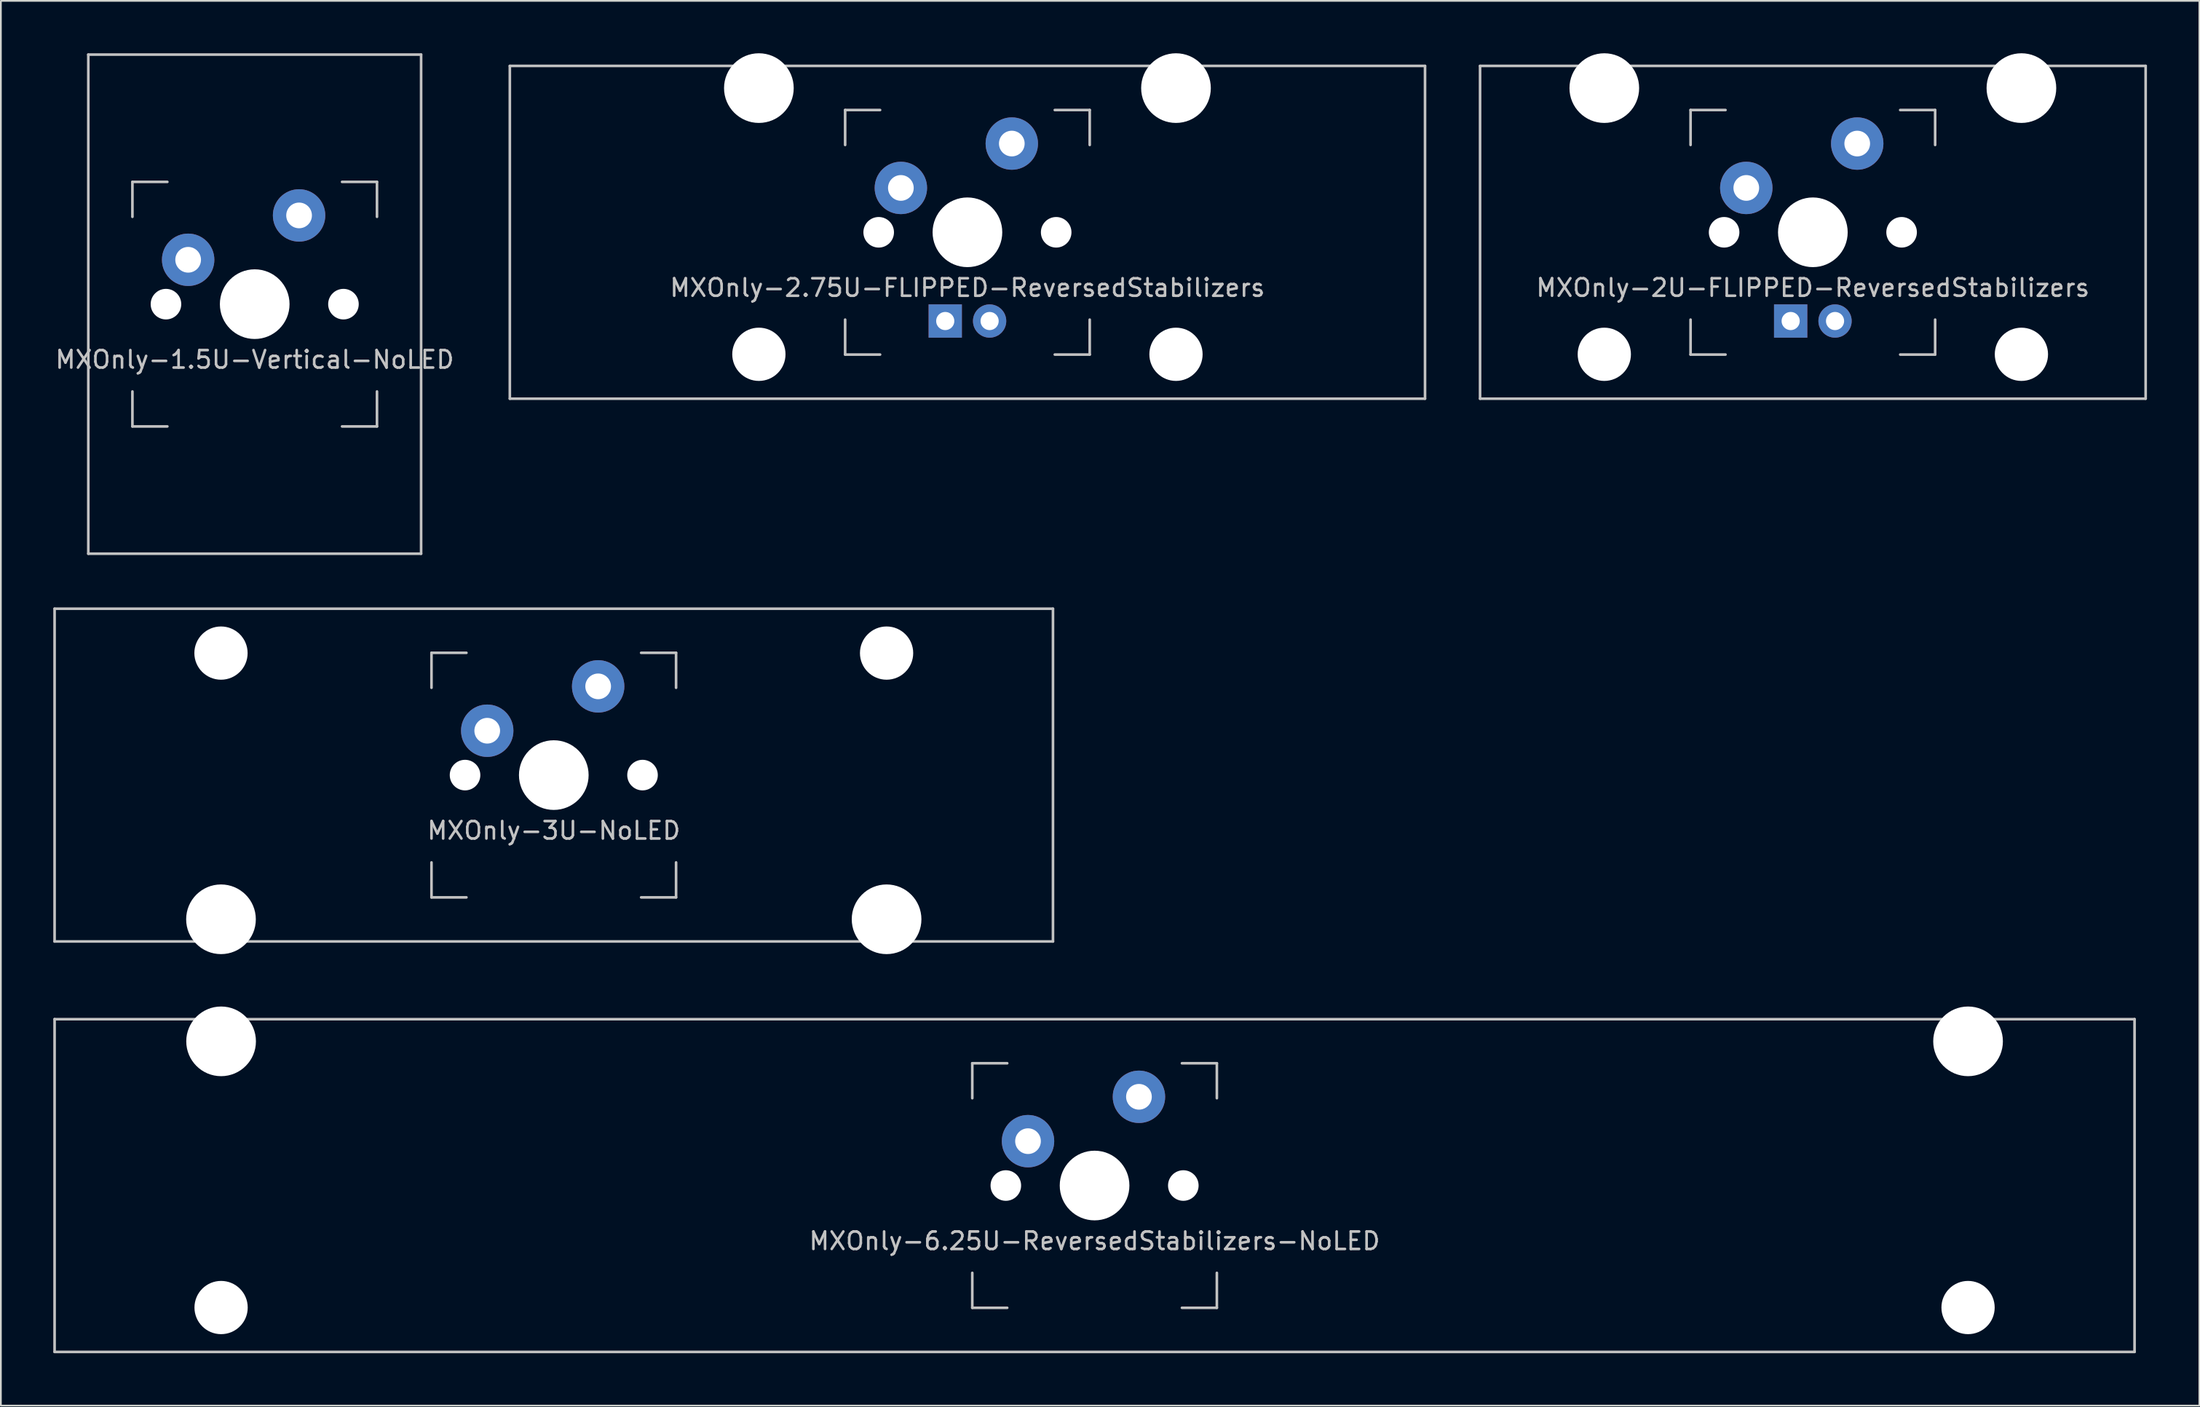
<source format=kicad_pcb>
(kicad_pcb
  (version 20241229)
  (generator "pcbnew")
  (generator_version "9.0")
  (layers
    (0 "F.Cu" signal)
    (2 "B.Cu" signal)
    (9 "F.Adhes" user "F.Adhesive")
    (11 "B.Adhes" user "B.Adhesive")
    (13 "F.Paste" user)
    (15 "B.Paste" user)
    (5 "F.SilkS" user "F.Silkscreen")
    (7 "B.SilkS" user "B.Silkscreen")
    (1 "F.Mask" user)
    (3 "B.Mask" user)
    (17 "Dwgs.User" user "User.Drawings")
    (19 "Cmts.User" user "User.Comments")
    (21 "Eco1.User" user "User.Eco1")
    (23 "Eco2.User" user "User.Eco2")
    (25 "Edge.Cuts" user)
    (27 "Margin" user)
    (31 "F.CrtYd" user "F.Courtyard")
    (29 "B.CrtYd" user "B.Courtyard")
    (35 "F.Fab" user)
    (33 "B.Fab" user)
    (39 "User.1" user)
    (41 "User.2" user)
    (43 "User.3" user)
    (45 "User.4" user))
  (footprint "MXOnly-1.5U-Vertical-NoLED"
    (layer "F.Cu")
    (at 11.53 14.363)
    (property "Reference" "MXOnly-1.5U-Vertical-NoLED" (at 0 3.175 0) (layer "Dwgs.User") (effects (font (size 1 1) (thickness 0.15))))
    (attr through_hole)
    (fp_line (start -9.525 -14.287) (end -9.525 14.287) (stroke (width 0.15) (type solid)) (layer "Dwgs.User"))
    (fp_line (start -7 -7) (end -7 -5) (stroke (width 0.15) (type solid)) (layer "Dwgs.User"))
    (fp_line (start -7 5) (end -7 7) (stroke (width 0.15) (type solid)) (layer "Dwgs.User"))
    (fp_line (start -7 7) (end -5 7) (stroke (width 0.15) (type solid)) (layer "Dwgs.User"))
    (fp_line (start -5 -7) (end -7 -7) (stroke (width 0.15) (type solid)) (layer "Dwgs.User"))
    (fp_line (start 5 -7) (end 7 -7) (stroke (width 0.15) (type solid)) (layer "Dwgs.User"))
    (fp_line (start 5 7) (end 7 7) (stroke (width 0.15) (type solid)) (layer "Dwgs.User"))
    (fp_line (start 7 -7) (end 7 -5) (stroke (width 0.15) (type solid)) (layer "Dwgs.User"))
    (fp_line (start 7 7) (end 7 5) (stroke (width 0.15) (type solid)) (layer "Dwgs.User"))
    (fp_line (start 9.525 -14.287) (end -9.525 -14.287) (stroke (width 0.15) (type solid)) (layer "Dwgs.User"))
    (fp_line (start 9.525 -14.287) (end 9.525 14.287) (stroke (width 0.15) (type solid)) (layer "Dwgs.User"))
    (fp_line (start 9.525 14.287) (end -9.525 14.287) (stroke (width 0.15) (type solid)) (layer "Dwgs.User"))
    (pad "" np_thru_hole circle (at -5.08 0 48.1) (size 1.75 1.75) (drill 1.75) (layers "*.Cu" "*.Mask"))
    (pad "" np_thru_hole circle (at 0 0) (size 3.988 3.988) (drill 3.988) (layers "*.Cu" "*.Mask"))
    (pad "" np_thru_hole circle (at 5.08 0 48.1) (size 1.75 1.75) (drill 1.75) (layers "*.Cu" "*.Mask"))
    (pad "1" thru_hole circle (at -3.81 -2.54) (size 3 3) (drill 1.47) (layers "*.Cu" "*.Mask"))
    (pad "2" thru_hole circle (at 2.54 -5.08) (size 3 3) (drill 1.47) (layers "*.Cu" "*.Mask")))
  (footprint "MXOnly-2.75U-FLIPPED-ReversedStabilizers"
    (layer "F.Cu")
    (at 52.328 10.249)
    (property "Reference" "MXOnly-2.75U-FLIPPED-ReversedStabilizers" (at 0 3.175 0) (layer "Dwgs.User") (effects (font (size 1 1) (thickness 0.15))))
    (attr through_hole)
    (fp_line (start -26.194 -9.525) (end 26.194 -9.525) (stroke (width 0.15) (type solid)) (layer "Dwgs.User"))
    (fp_line (start -26.194 9.525) (end -26.194 -9.525) (stroke (width 0.15) (type solid)) (layer "Dwgs.User"))
    (fp_line (start -26.194 9.525) (end 26.194 9.525) (stroke (width 0.15) (type solid)) (layer "Dwgs.User"))
    (fp_line (start -7 -7) (end -7 -5) (stroke (width 0.15) (type solid)) (layer "Dwgs.User"))
    (fp_line (start -7 5) (end -7 7) (stroke (width 0.15) (type solid)) (layer "Dwgs.User"))
    (fp_line (start -7 7) (end -5 7) (stroke (width 0.15) (type solid)) (layer "Dwgs.User"))
    (fp_line (start -5 -7) (end -7 -7) (stroke (width 0.15) (type solid)) (layer "Dwgs.User"))
    (fp_line (start 5 -7) (end 7 -7) (stroke (width 0.15) (type solid)) (layer "Dwgs.User"))
    (fp_line (start 5 7) (end 7 7) (stroke (width 0.15) (type solid)) (layer "Dwgs.User"))
    (fp_line (start 7 -7) (end 7 -5) (stroke (width 0.15) (type solid)) (layer "Dwgs.User"))
    (fp_line (start 7 7) (end 7 5) (stroke (width 0.15) (type solid)) (layer "Dwgs.User"))
    (fp_line (start 26.194 -9.525) (end 26.194 9.525) (stroke (width 0.15) (type solid)) (layer "Dwgs.User"))
    (pad "" np_thru_hole circle (at -11.938 -8.255) (size 3.988 3.988) (drill 3.988) (layers "*.Cu" "*.Mask"))
    (pad "" np_thru_hole circle (at -11.938 6.985) (size 3.048 3.048) (drill 3.048) (layers "*.Cu" "*.Mask"))
    (pad "" np_thru_hole circle (at -5.08 0 48.1) (size 1.75 1.75) (drill 1.75) (layers "*.Cu" "*.Mask"))
    (pad "" np_thru_hole circle (at 0 0) (size 3.988 3.988) (drill 3.988) (layers "*.Cu" "*.Mask"))
    (pad "" np_thru_hole circle (at 5.08 0 48.1) (size 1.75 1.75) (drill 1.75) (layers "*.Cu" "*.Mask"))
    (pad "" np_thru_hole circle (at 11.938 -8.255) (size 3.988 3.988) (drill 3.988) (layers "*.Cu" "*.Mask"))
    (pad "" np_thru_hole circle (at 11.938 6.985) (size 3.048 3.048) (drill 3.048) (layers "*.Cu" "*.Mask"))
    (pad "1" thru_hole circle (at -3.81 -2.54) (size 3 3) (drill 1.47) (layers "*.Cu" "*.Mask"))
    (pad "2" thru_hole circle (at 2.54 -5.08) (size 3 3) (drill 1.47) (layers "*.Cu" "*.Mask"))
    (pad "3" thru_hole circle (at 1.27 5.08) (size 1.905 1.905) (drill 1.04) (layers "*.Cu" "*.Mask"))
    (pad "4" thru_hole rect (at -1.27 5.08) (size 1.905 1.905) (drill 1.04) (layers "*.Cu" "*.Mask")))
  (footprint "MXOnly-3U-NoLED"
    (layer "F.Cu")
    (at 28.65 41.325)
    (property "Reference" "MXOnly-3U-NoLED" (at 0 3.175 0) (layer "Dwgs.User") (effects (font (size 1 1) (thickness 0.15))))
    (attr through_hole)
    (fp_line (start -28.575 -9.525) (end 28.575 -9.525) (stroke (width 0.15) (type solid)) (layer "Dwgs.User"))
    (fp_line (start -28.575 9.525) (end -28.575 -9.525) (stroke (width 0.15) (type solid)) (layer "Dwgs.User"))
    (fp_line (start -28.575 9.525) (end 28.575 9.525) (stroke (width 0.15) (type solid)) (layer "Dwgs.User"))
    (fp_line (start -7 -7) (end -7 -5) (stroke (width 0.15) (type solid)) (layer "Dwgs.User"))
    (fp_line (start -7 5) (end -7 7) (stroke (width 0.15) (type solid)) (layer "Dwgs.User"))
    (fp_line (start -7 7) (end -5 7) (stroke (width 0.15) (type solid)) (layer "Dwgs.User"))
    (fp_line (start -5 -7) (end -7 -7) (stroke (width 0.15) (type solid)) (layer "Dwgs.User"))
    (fp_line (start 5 -7) (end 7 -7) (stroke (width 0.15) (type solid)) (layer "Dwgs.User"))
    (fp_line (start 5 7) (end 7 7) (stroke (width 0.15) (type solid)) (layer "Dwgs.User"))
    (fp_line (start 7 -7) (end 7 -5) (stroke (width 0.15) (type solid)) (layer "Dwgs.User"))
    (fp_line (start 7 7) (end 7 5) (stroke (width 0.15) (type solid)) (layer "Dwgs.User"))
    (fp_line (start 28.575 -9.525) (end 28.575 9.525) (stroke (width 0.15) (type solid)) (layer "Dwgs.User"))
    (pad "" np_thru_hole circle (at -19.05 -6.985) (size 3.048 3.048) (drill 3.048) (layers "*.Cu" "*.Mask"))
    (pad "" np_thru_hole circle (at -19.05 8.255) (size 3.988 3.988) (drill 3.988) (layers "*.Cu" "*.Mask"))
    (pad "" np_thru_hole circle (at -5.08 0 48.1) (size 1.75 1.75) (drill 1.75) (layers "*.Cu" "*.Mask"))
    (pad "" np_thru_hole circle (at 0 0) (size 3.988 3.988) (drill 3.988) (layers "*.Cu" "*.Mask"))
    (pad "" np_thru_hole circle (at 5.08 0 48.1) (size 1.75 1.75) (drill 1.75) (layers "*.Cu" "*.Mask"))
    (pad "" np_thru_hole circle (at 19.05 -6.985) (size 3.048 3.048) (drill 3.048) (layers "*.Cu" "*.Mask"))
    (pad "" np_thru_hole circle (at 19.05 8.255) (size 3.988 3.988) (drill 3.988) (layers "*.Cu" "*.Mask"))
    (pad "1" thru_hole circle (at -3.81 -2.54 48.1) (size 3 3) (drill 1.47) (layers "*.Cu" "*.Mask"))
    (pad "2" thru_hole circle (at 2.54 -5.08) (size 3 3) (drill 1.47) (layers "*.Cu" "*.Mask")))
  (footprint "MXOnly-6.25U-ReversedStabilizers-NoLED"
    (layer "F.Cu")
    (at 59.606 64.823)
    (property "Reference" "MXOnly-6.25U-ReversedStabilizers-NoLED" (at 0 3.175 0) (layer "Dwgs.User") (effects (font (size 1 1) (thickness 0.15))))
    (attr through_hole)
    (fp_line (start -59.531 -9.525) (end 59.531 -9.525) (stroke (width 0.15) (type solid)) (layer "Dwgs.User"))
    (fp_line (start -59.531 9.525) (end -59.531 -9.525) (stroke (width 0.15) (type solid)) (layer "Dwgs.User"))
    (fp_line (start -59.531 9.525) (end 59.531 9.525) (stroke (width 0.15) (type solid)) (layer "Dwgs.User"))
    (fp_line (start -7 -7) (end -7 -5) (stroke (width 0.15) (type solid)) (layer "Dwgs.User"))
    (fp_line (start -7 5) (end -7 7) (stroke (width 0.15) (type solid)) (layer "Dwgs.User"))
    (fp_line (start -7 7) (end -5 7) (stroke (width 0.15) (type solid)) (layer "Dwgs.User"))
    (fp_line (start -5 -7) (end -7 -7) (stroke (width 0.15) (type solid)) (layer "Dwgs.User"))
    (fp_line (start 5 -7) (end 7 -7) (stroke (width 0.15) (type solid)) (layer "Dwgs.User"))
    (fp_line (start 5 7) (end 7 7) (stroke (width 0.15) (type solid)) (layer "Dwgs.User"))
    (fp_line (start 7 -7) (end 7 -5) (stroke (width 0.15) (type solid)) (layer "Dwgs.User"))
    (fp_line (start 7 7) (end 7 5) (stroke (width 0.15) (type solid)) (layer "Dwgs.User"))
    (fp_line (start 59.531 -9.525) (end 59.531 9.525) (stroke (width 0.15) (type solid)) (layer "Dwgs.User"))
    (pad "" np_thru_hole circle (at -50 -8.255) (size 3.988 3.988) (drill 3.988) (layers "*.Cu" "*.Mask"))
    (pad "" np_thru_hole circle (at -50 6.985) (size 3.048 3.048) (drill 3.048) (layers "*.Cu" "*.Mask"))
    (pad "" np_thru_hole circle (at -5.08 0 48.1) (size 1.75 1.75) (drill 1.75) (layers "*.Cu" "*.Mask"))
    (pad "" np_thru_hole circle (at 0 0) (size 3.988 3.988) (drill 3.988) (layers "*.Cu" "*.Mask"))
    (pad "" np_thru_hole circle (at 5.08 0 48.1) (size 1.75 1.75) (drill 1.75) (layers "*.Cu" "*.Mask"))
    (pad "" np_thru_hole circle (at 50 -8.255) (size 3.988 3.988) (drill 3.988) (layers "*.Cu" "*.Mask"))
    (pad "" np_thru_hole circle (at 50 6.985) (size 3.048 3.048) (drill 3.048) (layers "*.Cu" "*.Mask"))
    (pad "1" thru_hole circle (at -3.81 -2.54) (size 3 3) (drill 1.47) (layers "*.Cu" "*.Mask"))
    (pad "2" thru_hole circle (at 2.54 -5.08) (size 3 3) (drill 1.47) (layers "*.Cu" "*.Mask")))
  (footprint "MXOnly-2U-FLIPPED-ReversedStabilizers"
    (layer "F.Cu")
    (at 100.722 10.249)
    (property "Reference" "MXOnly-2U-FLIPPED-ReversedStabilizers" (at 0 3.175 0) (layer "Dwgs.User") (effects (font (size 1 1) (thickness 0.15))))
    (attr through_hole)
    (fp_line (start -19.05 -9.525) (end 19.05 -9.525) (stroke (width 0.15) (type solid)) (layer "Dwgs.User"))
    (fp_line (start -19.05 9.525) (end -19.05 -9.525) (stroke (width 0.15) (type solid)) (layer "Dwgs.User"))
    (fp_line (start -19.05 9.525) (end 19.05 9.525) (stroke (width 0.15) (type solid)) (layer "Dwgs.User"))
    (fp_line (start -7 -7) (end -7 -5) (stroke (width 0.15) (type solid)) (layer "Dwgs.User"))
    (fp_line (start -7 5) (end -7 7) (stroke (width 0.15) (type solid)) (layer "Dwgs.User"))
    (fp_line (start -7 7) (end -5 7) (stroke (width 0.15) (type solid)) (layer "Dwgs.User"))
    (fp_line (start -5 -7) (end -7 -7) (stroke (width 0.15) (type solid)) (layer "Dwgs.User"))
    (fp_line (start 5 -7) (end 7 -7) (stroke (width 0.15) (type solid)) (layer "Dwgs.User"))
    (fp_line (start 5 7) (end 7 7) (stroke (width 0.15) (type solid)) (layer "Dwgs.User"))
    (fp_line (start 7 -7) (end 7 -5) (stroke (width 0.15) (type solid)) (layer "Dwgs.User"))
    (fp_line (start 7 7) (end 7 5) (stroke (width 0.15) (type solid)) (layer "Dwgs.User"))
    (fp_line (start 19.05 -9.525) (end 19.05 9.525) (stroke (width 0.15) (type solid)) (layer "Dwgs.User"))
    (pad "" np_thru_hole circle (at -11.938 -8.255) (size 3.988 3.988) (drill 3.988) (layers "*.Cu" "*.Mask"))
    (pad "" np_thru_hole circle (at -11.938 6.985) (size 3.048 3.048) (drill 3.048) (layers "*.Cu" "*.Mask"))
    (pad "" np_thru_hole circle (at -5.08 0 48.1) (size 1.75 1.75) (drill 1.75) (layers "*.Cu" "*.Mask"))
    (pad "" np_thru_hole circle (at 0 0) (size 3.988 3.988) (drill 3.988) (layers "*.Cu" "*.Mask"))
    (pad "" np_thru_hole circle (at 5.08 0 48.1) (size 1.75 1.75) (drill 1.75) (layers "*.Cu" "*.Mask"))
    (pad "" np_thru_hole circle (at 11.938 -8.255) (size 3.988 3.988) (drill 3.988) (layers "*.Cu" "*.Mask"))
    (pad "" np_thru_hole circle (at 11.938 6.985) (size 3.048 3.048) (drill 3.048) (layers "*.Cu" "*.Mask"))
    (pad "1" thru_hole circle (at -3.81 -2.54) (size 3 3) (drill 1.47) (layers "*.Cu" "*.Mask"))
    (pad "2" thru_hole circle (at 2.54 -5.08) (size 3 3) (drill 1.47) (layers "*.Cu" "*.Mask"))
    (pad "3" thru_hole circle (at 1.27 5.08) (size 1.905 1.905) (drill 1.04) (layers "*.Cu" "*.Mask"))
    (pad "4" thru_hole rect (at -1.27 5.08) (size 1.905 1.905) (drill 1.04) (layers "*.Cu" "*.Mask")))
  (gr_rect
    (start -3 -3)
    (end 122.847 77.423)
    (stroke (width 0.1) (type default))
    (fill no)
    (layer "Edge.Cuts")))
</source>
